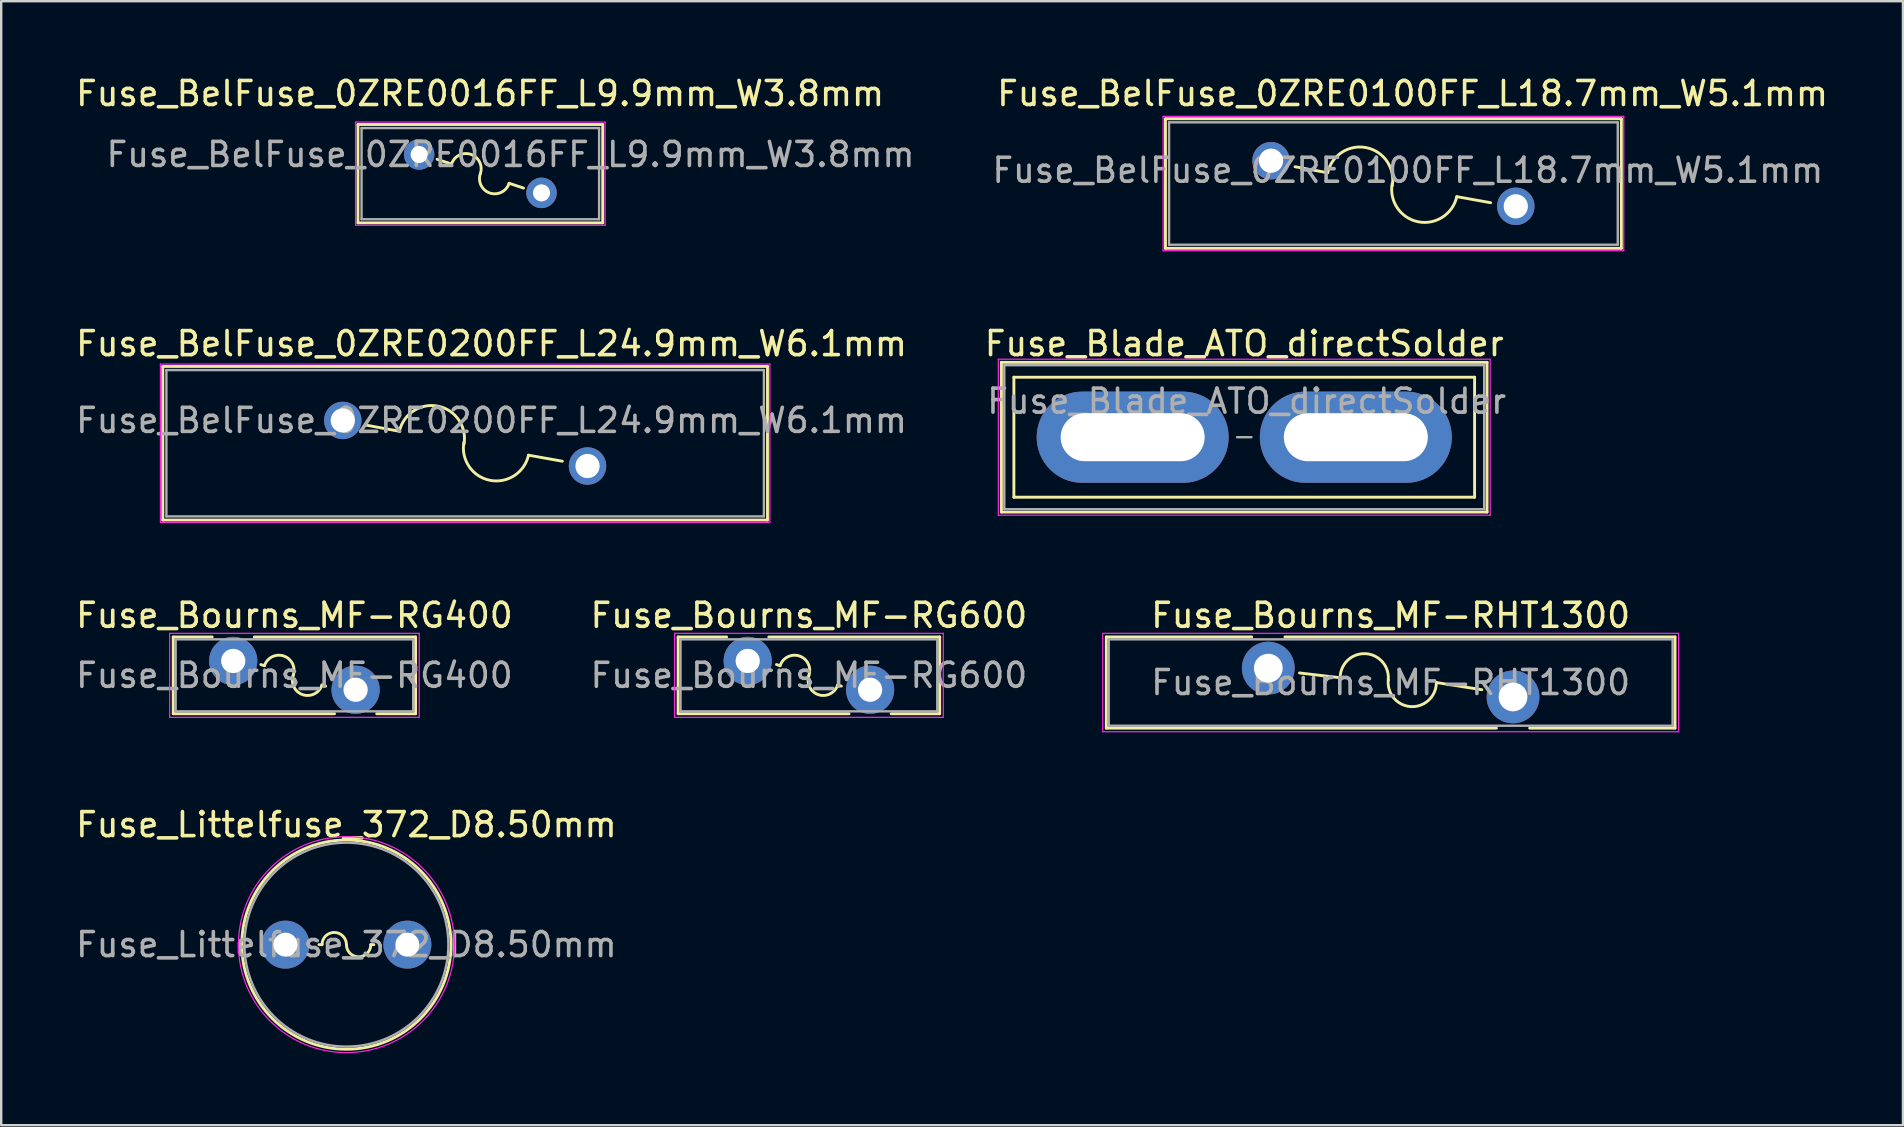
<source format=kicad_pcb>
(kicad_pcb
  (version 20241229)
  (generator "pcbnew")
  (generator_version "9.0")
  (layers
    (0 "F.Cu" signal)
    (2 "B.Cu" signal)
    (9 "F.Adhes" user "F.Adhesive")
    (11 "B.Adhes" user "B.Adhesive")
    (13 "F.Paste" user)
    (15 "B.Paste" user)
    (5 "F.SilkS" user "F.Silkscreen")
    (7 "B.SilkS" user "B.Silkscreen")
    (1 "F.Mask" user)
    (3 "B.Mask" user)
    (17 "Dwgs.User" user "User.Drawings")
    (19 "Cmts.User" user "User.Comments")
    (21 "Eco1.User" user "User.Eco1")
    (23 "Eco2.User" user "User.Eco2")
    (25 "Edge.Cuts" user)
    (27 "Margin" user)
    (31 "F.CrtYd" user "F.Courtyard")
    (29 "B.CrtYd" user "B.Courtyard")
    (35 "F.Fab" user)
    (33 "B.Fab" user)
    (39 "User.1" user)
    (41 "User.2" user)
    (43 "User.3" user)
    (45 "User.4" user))
  (footprint "Fuse_BelFuse_0ZRE0100FF_L18.7mm_W5.1mm"
    (layer "F.Cu")
    (at 49.921 3.648)
    (property "Reference" "Fuse_BelFuse_0ZRE0100FF_L18.7mm_W5.1mm" (at 5.9 -2.8 0) (layer "F.SilkS") (effects (font (size 1 1) (thickness 0.15))))
    (fp_line (start -4.4 -1.75) (end -4.4 3.65) (stroke (width 0.12) (type solid)) (layer "F.SilkS"))
    (fp_line (start -4.4 -1.75) (end 14.6 -1.75) (stroke (width 0.12) (type solid)) (layer "F.SilkS"))
    (fp_line (start -4.4 3.65) (end 14.6 3.65) (stroke (width 0.12) (type solid)) (layer "F.SilkS"))
    (fp_line (start 1 0.25) (end 2.36 0.502) (stroke (width 0.12) (type solid)) (layer "F.SilkS"))
    (fp_line (start 7.74 1.498) (end 9.15 1.75) (stroke (width 0.12) (type solid)) (layer "F.SilkS"))
    (fp_line (start 14.6 -1.75) (end 14.6 3.65) (stroke (width 0.12) (type solid)) (layer "F.SilkS"))
    (fp_arc (start 2.359742 0.502167) (mid 3.97396 -0.54534) (end 5.049999 1.05) (stroke (width 0.12) (type solid)) (layer "F.SilkS"))
    (fp_arc (start 7.740258 1.497834) (mid 6.12604 2.545341) (end 5.050001 0.950001) (stroke (width 0.12) (type solid)) (layer "F.SilkS"))
    (fp_line (start -4.5 -1.85) (end -4.5 3.75) (stroke (width 0.05) (type solid)) (layer "F.CrtYd"))
    (fp_line (start -4.5 -1.85) (end 14.7 -1.85) (stroke (width 0.05) (type solid)) (layer "F.CrtYd"))
    (fp_line (start -4.5 3.75) (end 14.7 3.75) (stroke (width 0.05) (type solid)) (layer "F.CrtYd"))
    (fp_line (start 14.7 -1.85) (end 14.7 3.75) (stroke (width 0.05) (type solid)) (layer "F.CrtYd"))
    (fp_line (start -4.25 -1.6) (end -4.25 3.5) (stroke (width 0.1) (type solid)) (layer "F.Fab"))
    (fp_line (start -4.25 -1.6) (end 14.45 -1.6) (stroke (width 0.1) (type solid)) (layer "F.Fab"))
    (fp_line (start -4.25 3.5) (end 14.45 3.5) (stroke (width 0.1) (type solid)) (layer "F.Fab"))
    (fp_line (start 14.45 -1.6) (end 14.45 3.5) (stroke (width 0.1) (type solid)) (layer "F.Fab"))
    (fp_text user "${REFERENCE}" (at 5.7 0.4 0) (layer "F.Fab") (effects (font (size 1 1) (thickness 0.15))))
    (pad "1" thru_hole circle (at 0 0) (size 1.56 1.56) (drill 1.01) (layers "*.Cu" "*.Mask"))
    (pad "2" thru_hole circle (at 10.2 1.9) (size 1.56 1.56) (drill 1.01) (layers "*.Cu" "*.Mask")))
  (footprint "Fuse_BelFuse_0ZRE0016FF_L9.9mm_W3.8mm"
    (layer "F.Cu")
    (at 14.418 3.388)
    (property "Reference" "Fuse_BelFuse_0ZRE0016FF_L9.9mm_W3.8mm" (at 2.54 -2.54 0) (layer "F.SilkS") (effects (font (size 1 1) (thickness 0.15))))
    (fp_line (start -2.55 -1.25) (end -2.55 2.85) (stroke (width 0.12) (type solid)) (layer "F.SilkS"))
    (fp_line (start -2.55 -1.25) (end 7.65 -1.25) (stroke (width 0.12) (type solid)) (layer "F.SilkS"))
    (fp_line (start -2.55 2.85) (end 7.65 2.85) (stroke (width 0.12) (type solid)) (layer "F.SilkS"))
    (fp_line (start 0.75 0.2) (end 1.35 0.4) (stroke (width 0.12) (type solid)) (layer "F.SilkS"))
    (fp_line (start 3.75 1.2) (end 4.35 1.4) (stroke (width 0.12) (type solid)) (layer "F.SilkS"))
    (fp_line (start 7.65 -1.25) (end 7.65 2.85) (stroke (width 0.12) (type solid)) (layer "F.SilkS"))
    (fp_arc (start 1.350003 0.400002) (mid 2.150001 0.000002) (end 2.550001 0.8) (stroke (width 0.12) (type solid)) (layer "F.SilkS"))
    (fp_arc (start 3.749999 1.199998) (mid 2.950001 1.599998) (end 2.550001 0.8) (stroke (width 0.12) (type solid)) (layer "F.SilkS"))
    (fp_line (start -2.65 -1.35) (end -2.65 2.95) (stroke (width 0.05) (type solid)) (layer "F.CrtYd"))
    (fp_line (start -2.65 -1.35) (end 7.75 -1.35) (stroke (width 0.05) (type solid)) (layer "F.CrtYd"))
    (fp_line (start -2.65 2.95) (end 7.75 2.95) (stroke (width 0.05) (type solid)) (layer "F.CrtYd"))
    (fp_line (start 7.75 -1.35) (end 7.75 2.95) (stroke (width 0.05) (type solid)) (layer "F.CrtYd"))
    (fp_line (start -2.4 -1.1) (end -2.4 2.7) (stroke (width 0.1) (type solid)) (layer "F.Fab"))
    (fp_line (start -2.4 -1.1) (end 7.5 -1.1) (stroke (width 0.1) (type solid)) (layer "F.Fab"))
    (fp_line (start -2.4 2.7) (end 7.5 2.7) (stroke (width 0.1) (type solid)) (layer "F.Fab"))
    (fp_line (start 7.5 -1.1) (end 7.5 2.7) (stroke (width 0.1) (type solid)) (layer "F.Fab"))
    (fp_text user "${REFERENCE}" (at 3.81 0 0) (layer "F.Fab") (effects (font (size 1 1) (thickness 0.15))))
    (pad "1" thru_hole circle (at 0 0) (size 1.27 1.27) (drill 0.71) (layers "*.Cu" "*.Mask"))
    (pad "2" thru_hole circle (at 5.1 1.6) (size 1.27 1.27) (drill 0.71) (layers "*.Cu" "*.Mask")))
  (footprint "Fuse_BelFuse_0ZRE0200FF_L24.9mm_W6.1mm"
    (layer "F.Cu")
    (at 11.235 14.472)
    (property "Reference" "Fuse_BelFuse_0ZRE0200FF_L24.9mm_W6.1mm" (at 6.2 -3.2 0) (layer "F.SilkS") (effects (font (size 1 1) (thickness 0.15))))
    (fp_line (start -7.5 -2.25) (end -7.5 4.15) (stroke (width 0.12) (type solid)) (layer "F.SilkS"))
    (fp_line (start -7.5 -2.25) (end 17.7 -2.25) (stroke (width 0.12) (type solid)) (layer "F.SilkS"))
    (fp_line (start -7.5 4.15) (end 17.7 4.15) (stroke (width 0.12) (type solid)) (layer "F.SilkS"))
    (fp_line (start 1 0.2) (end 2.36 0.452) (stroke (width 0.12) (type solid)) (layer "F.SilkS"))
    (fp_line (start 7.74 1.448) (end 9.15 1.7) (stroke (width 0.12) (type solid)) (layer "F.SilkS"))
    (fp_line (start 17.7 -2.25) (end 17.7 4.15) (stroke (width 0.12) (type solid)) (layer "F.SilkS"))
    (fp_arc (start 2.359742 0.452167) (mid 3.97396 -0.59534) (end 5.049999 1) (stroke (width 0.12) (type solid)) (layer "F.SilkS"))
    (fp_arc (start 7.740258 1.447834) (mid 6.12604 2.495341) (end 5.050001 0.900001) (stroke (width 0.12) (type solid)) (layer "F.SilkS"))
    (fp_line (start -7.6 -2.35) (end -7.6 4.25) (stroke (width 0.05) (type solid)) (layer "F.CrtYd"))
    (fp_line (start -7.6 -2.35) (end 17.8 -2.35) (stroke (width 0.05) (type solid)) (layer "F.CrtYd"))
    (fp_line (start -7.6 4.25) (end 17.8 4.25) (stroke (width 0.05) (type solid)) (layer "F.CrtYd"))
    (fp_line (start 17.8 -2.35) (end 17.8 4.25) (stroke (width 0.05) (type solid)) (layer "F.CrtYd"))
    (fp_line (start -7.35 -2.1) (end -7.35 4) (stroke (width 0.1) (type solid)) (layer "F.Fab"))
    (fp_line (start -7.35 -2.1) (end 17.55 -2.1) (stroke (width 0.1) (type solid)) (layer "F.Fab"))
    (fp_line (start -7.35 4) (end 17.55 4) (stroke (width 0.1) (type solid)) (layer "F.Fab"))
    (fp_line (start 17.55 -2.1) (end 17.55 4) (stroke (width 0.1) (type solid)) (layer "F.Fab"))
    (fp_text user "${REFERENCE}" (at 6.2 0 0) (layer "F.Fab") (effects (font (size 1 1) (thickness 0.15))))
    (pad "1" thru_hole circle (at 0 0) (size 1.56 1.56) (drill 1.01) (layers "*.Cu" "*.Mask"))
    (pad "2" thru_hole circle (at 10.2 1.9) (size 1.56 1.56) (drill 1.01) (layers "*.Cu" "*.Mask")))
  (footprint "Fuse_Bourns_MF-RG600"
    (layer "F.Cu")
    (at 28.111 24.495)
    (property "Reference" "Fuse_Bourns_MF-RG600" (at 2.55 -1.9 0) (layer "F.SilkS") (effects (font (size 1 1) (thickness 0.15))))
    (fp_line (start -2.9 -1) (end -2.9 2.2) (stroke (width 0.12) (type solid)) (layer "F.SilkS"))
    (fp_line (start -2.9 -1) (end -0.879 -1) (stroke (width 0.12) (type solid)) (layer "F.SilkS"))
    (fp_line (start -2.9 2.2) (end 4.222 2.2) (stroke (width 0.12) (type solid)) (layer "F.SilkS"))
    (fp_line (start 0.879 -1) (end 8 -1) (stroke (width 0.12) (type solid)) (layer "F.SilkS"))
    (fp_line (start 1.2 0.15) (end 1.35 0.2) (stroke (width 0.12) (type solid)) (layer "F.SilkS"))
    (fp_line (start 3.75 1) (end 3.9 1.05) (stroke (width 0.12) (type solid)) (layer "F.SilkS"))
    (fp_line (start 5.979 2.2) (end 8 2.2) (stroke (width 0.12) (type solid)) (layer "F.SilkS"))
    (fp_line (start 8 -1) (end 8 2.2) (stroke (width 0.12) (type solid)) (layer "F.SilkS"))
    (fp_arc (start 1.350003 0.200002) (mid 2.150001 -0.199998) (end 2.550001 0.6) (stroke (width 0.12) (type solid)) (layer "F.SilkS"))
    (fp_arc (start 3.749999 0.999998) (mid 2.950001 1.399998) (end 2.550001 0.6) (stroke (width 0.12) (type solid)) (layer "F.SilkS"))
    (fp_line (start -3.05 -1.15) (end -3.05 2.35) (stroke (width 0.05) (type solid)) (layer "F.CrtYd"))
    (fp_line (start -3.05 2.35) (end 8.15 2.35) (stroke (width 0.05) (type solid)) (layer "F.CrtYd"))
    (fp_line (start 8.15 -1.15) (end -3.05 -1.15) (stroke (width 0.05) (type solid)) (layer "F.CrtYd"))
    (fp_line (start 8.15 2.35) (end 8.15 -1.15) (stroke (width 0.05) (type solid)) (layer "F.CrtYd"))
    (fp_line (start -2.8 -0.9) (end -2.8 2.1) (stroke (width 0.1) (type solid)) (layer "F.Fab"))
    (fp_line (start -2.8 2.1) (end 7.9 2.1) (stroke (width 0.1) (type solid)) (layer "F.Fab"))
    (fp_line (start 7.9 -0.9) (end -2.8 -0.9) (stroke (width 0.1) (type solid)) (layer "F.Fab"))
    (fp_line (start 7.9 2.1) (end 7.9 -0.9) (stroke (width 0.1) (type solid)) (layer "F.Fab"))
    (fp_text user "${REFERENCE}" (at 2.55 0.6 0) (layer "F.Fab") (effects (font (size 1 1) (thickness 0.15))))
    (pad "1" thru_hole circle (at 0 0) (size 2.01 2.01) (drill 1.01) (layers "*.Cu" "*.Mask"))
    (pad "2" thru_hole circle (at 5.1 1.2) (size 2.01 2.01) (drill 1.01) (layers "*.Cu" "*.Mask")))
  (footprint "Fuse_Littelfuse_372_D8.50mm"
    (layer "F.Cu")
    (at 8.847 36.318)
    (property "Reference" "Fuse_Littelfuse_372_D8.50mm" (at 2.54 -5 0) (layer "F.SilkS") (effects (font (size 1 1) (thickness 0.15))))
    (fp_line (start 1.524 0) (end 1.397 0) (stroke (width 0.12) (type solid)) (layer "F.SilkS"))
    (fp_line (start 3.556 0) (end 3.683 0) (stroke (width 0.12) (type solid)) (layer "F.SilkS"))
    (fp_arc (start 1.524 0) (mid 2.032 -0.508) (end 2.54 0) (stroke (width 0.12) (type solid)) (layer "F.SilkS"))
    (fp_arc (start 3.556 0) (mid 3.048 0.508) (end 2.54 0) (stroke (width 0.12) (type solid)) (layer "F.SilkS"))
    (fp_circle (center 2.54 0) (end 6.9 0) (stroke (width 0.12) (type solid)) (fill no) (layer "F.SilkS"))
    (fp_circle (center 2.54 0) (end 7.04 0) (stroke (width 0.05) (type solid)) (fill no) (layer "F.CrtYd"))
    (fp_circle (center 2.54 0) (end 6.79 0) (stroke (width 0.1) (type solid)) (fill no) (layer "F.Fab"))
    (fp_text user "${REFERENCE}" (at 2.54 0 0) (layer "F.Fab") (effects (font (size 1 1) (thickness 0.15))))
    (pad "1" thru_hole circle (at 0 0) (size 2 2) (drill 1) (layers "*.Cu" "*.Mask"))
    (pad "2" thru_hole circle (at 5.08 0) (size 2 2) (drill 1) (layers "*.Cu" "*.Mask")))
  (footprint "Fuse_Blade_ATO_directSolder"
    (layer "F.Cu")
    (at 44.154 15.171)
    (property "Reference" "Fuse_Blade_ATO_directSolder" (at 4.65 -3.9 0) (layer "F.SilkS") (effects (font (size 1 1) (thickness 0.15))))
    (fp_line (start -5.47 -3.12) (end -5.47 3.12) (stroke (width 0.12) (type solid)) (layer "F.SilkS"))
    (fp_line (start -5.47 -3.12) (end 14.77 -3.12) (stroke (width 0.12) (type solid)) (layer "F.SilkS"))
    (fp_line (start -4.95 -2.5) (end 14.25 -2.5) (stroke (width 0.12) (type solid)) (layer "F.SilkS"))
    (fp_line (start -4.95 2.5) (end -4.95 -2.5) (stroke (width 0.12) (type solid)) (layer "F.SilkS"))
    (fp_line (start 14.25 -2.5) (end 14.25 2.5) (stroke (width 0.12) (type solid)) (layer "F.SilkS"))
    (fp_line (start 14.25 2.5) (end -4.95 2.5) (stroke (width 0.12) (type solid)) (layer "F.SilkS"))
    (fp_line (start 14.77 3.12) (end -5.47 3.12) (stroke (width 0.12) (type solid)) (layer "F.SilkS"))
    (fp_line (start 14.77 3.12) (end 14.77 -3.12) (stroke (width 0.12) (type solid)) (layer "F.SilkS"))
    (fp_line (start -5.6 -3.25) (end -5.6 3.25) (stroke (width 0.05) (type solid)) (layer "F.CrtYd"))
    (fp_line (start -5.6 -3.25) (end 14.9 -3.25) (stroke (width 0.05) (type solid)) (layer "F.CrtYd"))
    (fp_line (start 14.9 3.25) (end -5.6 3.25) (stroke (width 0.05) (type solid)) (layer "F.CrtYd"))
    (fp_line (start 14.9 3.25) (end 14.9 -3.25) (stroke (width 0.05) (type solid)) (layer "F.CrtYd"))
    (fp_line (start -5.35 -3) (end 14.65 -3) (stroke (width 0.1) (type solid)) (layer "F.Fab"))
    (fp_line (start -5.35 3) (end -5.35 -3) (stroke (width 0.1) (type solid)) (layer "F.Fab"))
    (fp_line (start 4.95 0) (end 4.35 0) (stroke (width 0.1) (type solid)) (layer "F.Fab"))
    (fp_line (start 14.65 -3) (end 14.65 3) (stroke (width 0.1) (type solid)) (layer "F.Fab"))
    (fp_line (start 14.65 3) (end -5.35 3) (stroke (width 0.1) (type solid)) (layer "F.Fab"))
    (fp_text user "${REFERENCE}" (at 4.75 -1.5 0) (layer "F.Fab") (effects (font (size 1 1) (thickness 0.15))))
    (pad "1" thru_hole oval (at 0 0) (size 8 3.8) (drill oval 6 2) (layers "*.Cu" "*.Mask"))
    (pad "2" thru_hole oval (at 9.3 0) (size 8 3.8) (drill oval 6 2) (layers "*.Cu" "*.Mask")))
  (footprint "Fuse_Bourns_MF-RHT1300"
    (layer "F.Cu")
    (at 49.806 24.795)
    (property "Reference" "Fuse_Bourns_MF-RHT1300" (at 5.1 -2.2 0) (layer "F.SilkS") (effects (font (size 1 1) (thickness 0.15))))
    (fp_line (start -6.75 -1.301) (end -6.75 2.5) (stroke (width 0.12) (type solid)) (layer "F.SilkS"))
    (fp_line (start -6.75 -1.301) (end -0.693 -1.301) (stroke (width 0.12) (type solid)) (layer "F.SilkS"))
    (fp_line (start -6.75 2.5) (end 9.508 2.5) (stroke (width 0.12) (type solid)) (layer "F.SilkS"))
    (fp_line (start 0.693 -1.301) (end 16.951 -1.301) (stroke (width 0.12) (type solid)) (layer "F.SilkS"))
    (fp_line (start 1.3 0.2) (end 2.995 0.4) (stroke (width 0.12) (type solid)) (layer "F.SilkS"))
    (fp_line (start 7.005 0.6) (end 8.9 0.9) (stroke (width 0.12) (type solid)) (layer "F.SilkS"))
    (fp_line (start 10.893 2.5) (end 16.951 2.5) (stroke (width 0.12) (type solid)) (layer "F.SilkS"))
    (fp_line (start 16.951 -1.301) (end 16.951 2.5) (stroke (width 0.12) (type solid)) (layer "F.SilkS"))
    (fp_arc (start 2.995014 0.4) (mid 4.050062 -0.603738) (end 4.999999 0.499999) (stroke (width 0.12) (type solid)) (layer "F.SilkS"))
    (fp_arc (start 7.004986 0.6) (mid 5.949938 1.603738) (end 5.000001 0.500001) (stroke (width 0.12) (type solid)) (layer "F.SilkS"))
    (fp_line (start -6.9 -1.45) (end -6.9 2.65) (stroke (width 0.05) (type solid)) (layer "F.CrtYd"))
    (fp_line (start -6.9 2.65) (end 17.1 2.65) (stroke (width 0.05) (type solid)) (layer "F.CrtYd"))
    (fp_line (start 17.1 -1.45) (end -6.9 -1.45) (stroke (width 0.05) (type solid)) (layer "F.CrtYd"))
    (fp_line (start 17.1 2.65) (end 17.1 -1.45) (stroke (width 0.05) (type solid)) (layer "F.CrtYd"))
    (fp_line (start -6.65 -1.2) (end -6.65 2.4) (stroke (width 0.1) (type solid)) (layer "F.Fab"))
    (fp_line (start -6.65 2.4) (end 16.85 2.4) (stroke (width 0.1) (type solid)) (layer "F.Fab"))
    (fp_line (start 16.85 -1.2) (end -6.65 -1.2) (stroke (width 0.1) (type solid)) (layer "F.Fab"))
    (fp_line (start 16.85 2.4) (end 16.85 -1.2) (stroke (width 0.1) (type solid)) (layer "F.Fab"))
    (fp_text user "${REFERENCE}" (at 5.1 0.6 0) (layer "F.Fab") (effects (font (size 1 1) (thickness 0.15))))
    (pad "1" thru_hole circle (at 0 0) (size 2.2 2.2) (drill 1.2) (layers "*.Cu" "*.Mask"))
    (pad "2" thru_hole circle (at 10.2 1.2) (size 2.2 2.2) (drill 1.2) (layers "*.Cu" "*.Mask")))
  (footprint "Fuse_Bourns_MF-RG400"
    (layer "F.Cu")
    (at 6.67 24.495)
    (property "Reference" "Fuse_Bourns_MF-RG400" (at 2.55 -1.9 0) (layer "F.SilkS") (effects (font (size 1 1) (thickness 0.15))))
    (fp_line (start -2.501 -1) (end -2.501 2.2) (stroke (width 0.12) (type solid)) (layer "F.SilkS"))
    (fp_line (start -2.501 -1) (end -0.879 -1) (stroke (width 0.12) (type solid)) (layer "F.SilkS"))
    (fp_line (start -2.501 2.2) (end 4.222 2.2) (stroke (width 0.12) (type solid)) (layer "F.SilkS"))
    (fp_line (start 0.879 -1) (end 7.6 -1) (stroke (width 0.12) (type solid)) (layer "F.SilkS"))
    (fp_line (start 1.15 0.15) (end 1.3 0.2) (stroke (width 0.12) (type solid)) (layer "F.SilkS"))
    (fp_line (start 3.7 1) (end 3.85 1.05) (stroke (width 0.12) (type solid)) (layer "F.SilkS"))
    (fp_line (start 5.979 2.2) (end 7.6 2.2) (stroke (width 0.12) (type solid)) (layer "F.SilkS"))
    (fp_line (start 7.6 -1) (end 7.6 2.2) (stroke (width 0.12) (type solid)) (layer "F.SilkS"))
    (fp_arc (start 1.300003 0.200002) (mid 2.100001 -0.199998) (end 2.500001 0.6) (stroke (width 0.12) (type solid)) (layer "F.SilkS"))
    (fp_arc (start 3.699999 0.999998) (mid 2.900001 1.399998) (end 2.500001 0.6) (stroke (width 0.12) (type solid)) (layer "F.SilkS"))
    (fp_line (start -2.65 -1.15) (end -2.65 2.35) (stroke (width 0.05) (type solid)) (layer "F.CrtYd"))
    (fp_line (start -2.65 2.35) (end 7.75 2.35) (stroke (width 0.05) (type solid)) (layer "F.CrtYd"))
    (fp_line (start 7.75 -1.15) (end -2.65 -1.15) (stroke (width 0.05) (type solid)) (layer "F.CrtYd"))
    (fp_line (start 7.75 2.35) (end 7.75 -1.15) (stroke (width 0.05) (type solid)) (layer "F.CrtYd"))
    (fp_line (start -2.4 -0.9) (end -2.4 2.1) (stroke (width 0.1) (type solid)) (layer "F.Fab"))
    (fp_line (start -2.4 2.1) (end 7.5 2.1) (stroke (width 0.1) (type solid)) (layer "F.Fab"))
    (fp_line (start 7.5 -0.9) (end -2.4 -0.9) (stroke (width 0.1) (type solid)) (layer "F.Fab"))
    (fp_line (start 7.5 2.1) (end 7.5 -0.9) (stroke (width 0.1) (type solid)) (layer "F.Fab"))
    (fp_text user "${REFERENCE}" (at 2.55 0.6 0) (layer "F.Fab") (effects (font (size 1 1) (thickness 0.15))))
    (pad "1" thru_hole circle (at 0 0) (size 2.01 2.01) (drill 1.01) (layers "*.Cu" "*.Mask"))
    (pad "2" thru_hole circle (at 5.1 1.2) (size 2.01 2.01) (drill 1.01) (layers "*.Cu" "*.Mask")))
  (gr_rect
    (start -3 -3)
    (end 76.256 43.843)
    (stroke (width 0.1) (type default))
    (fill no)
    (layer "Edge.Cuts")))
</source>
